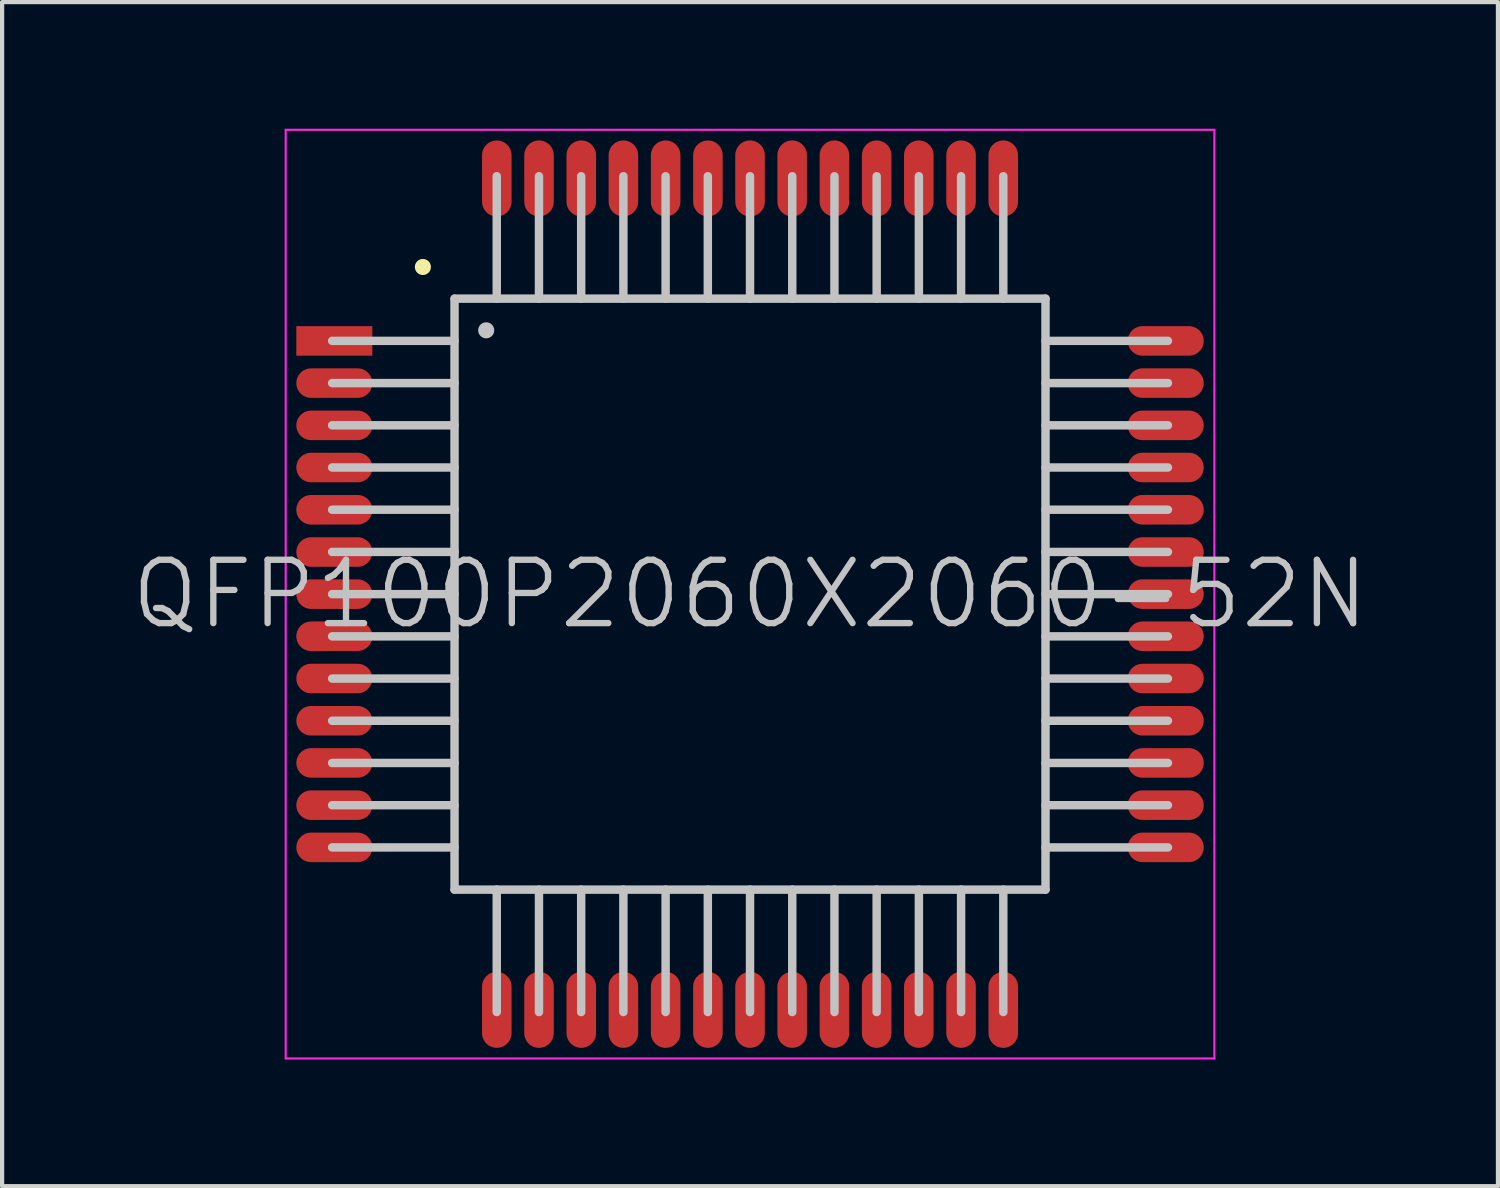
<source format=kicad_pcb>
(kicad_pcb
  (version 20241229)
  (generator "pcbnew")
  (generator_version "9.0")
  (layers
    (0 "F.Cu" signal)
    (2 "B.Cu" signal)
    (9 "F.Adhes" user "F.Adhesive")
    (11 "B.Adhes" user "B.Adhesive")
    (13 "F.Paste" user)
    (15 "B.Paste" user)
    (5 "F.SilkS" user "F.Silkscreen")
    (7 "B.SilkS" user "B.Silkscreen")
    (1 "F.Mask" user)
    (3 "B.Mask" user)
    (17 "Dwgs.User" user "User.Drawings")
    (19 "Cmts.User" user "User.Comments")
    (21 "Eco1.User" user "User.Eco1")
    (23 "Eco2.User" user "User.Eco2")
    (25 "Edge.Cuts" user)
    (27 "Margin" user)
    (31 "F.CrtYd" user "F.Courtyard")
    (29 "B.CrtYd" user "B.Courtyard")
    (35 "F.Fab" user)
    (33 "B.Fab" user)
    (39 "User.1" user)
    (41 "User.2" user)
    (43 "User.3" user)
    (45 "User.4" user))
  (footprint "QFP100P2060X2060-52N"
    (layer "F.Cu")
    (at 14.718 11.025)
    (property "Reference" "QFP100P2060X2060-52N" (at 0 0 0) (layer "Dwgs.User") (effects (font (size 1.5 1.5) (thickness 0.15))))
    (attr smd)
    (fp_line (start -7.75 -7.75) (end -7.75 -7.75) (stroke (width 0.381) (type solid)) (layer "F.SilkS"))
    (fp_line (start -7 -7) (end -7 7) (stroke (width 0.2) (type solid)) (layer "Dwgs.User"))
    (fp_line (start -7 -7) (end 7 -7) (stroke (width 0.2) (type solid)) (layer "Dwgs.User"))
    (fp_line (start -7 -6) (end -9.9 -6) (stroke (width 0.2) (type solid)) (layer "Dwgs.User"))
    (fp_line (start -7 -5) (end -9.9 -5) (stroke (width 0.2) (type solid)) (layer "Dwgs.User"))
    (fp_line (start -7 -4) (end -9.9 -4) (stroke (width 0.2) (type solid)) (layer "Dwgs.User"))
    (fp_line (start -7 -3) (end -9.9 -3) (stroke (width 0.2) (type solid)) (layer "Dwgs.User"))
    (fp_line (start -7 -2) (end -9.9 -2) (stroke (width 0.2) (type solid)) (layer "Dwgs.User"))
    (fp_line (start -7 -1) (end -9.9 -1) (stroke (width 0.2) (type solid)) (layer "Dwgs.User"))
    (fp_line (start -7 0) (end -9.9 0) (stroke (width 0.2) (type solid)) (layer "Dwgs.User"))
    (fp_line (start -7 1) (end -9.9 1) (stroke (width 0.2) (type solid)) (layer "Dwgs.User"))
    (fp_line (start -7 2) (end -9.9 2) (stroke (width 0.2) (type solid)) (layer "Dwgs.User"))
    (fp_line (start -7 3) (end -9.9 3) (stroke (width 0.2) (type solid)) (layer "Dwgs.User"))
    (fp_line (start -7 4) (end -9.9 4) (stroke (width 0.2) (type solid)) (layer "Dwgs.User"))
    (fp_line (start -7 5) (end -9.9 5) (stroke (width 0.2) (type solid)) (layer "Dwgs.User"))
    (fp_line (start -7 6) (end -9.9 6) (stroke (width 0.2) (type solid)) (layer "Dwgs.User"))
    (fp_line (start -7 7) (end 7 7) (stroke (width 0.2) (type solid)) (layer "Dwgs.User"))
    (fp_line (start -6.25 -6.25) (end -6.25 -6.25) (stroke (width 0.381) (type solid)) (layer "Dwgs.User"))
    (fp_line (start -6 -7) (end -6 -9.9) (stroke (width 0.2) (type solid)) (layer "Dwgs.User"))
    (fp_line (start -6 9.9) (end -6 7) (stroke (width 0.2) (type solid)) (layer "Dwgs.User"))
    (fp_line (start -5 -7) (end -5 -9.9) (stroke (width 0.2) (type solid)) (layer "Dwgs.User"))
    (fp_line (start -5 9.9) (end -5 7) (stroke (width 0.2) (type solid)) (layer "Dwgs.User"))
    (fp_line (start -4 -7) (end -4 -9.9) (stroke (width 0.2) (type solid)) (layer "Dwgs.User"))
    (fp_line (start -4 9.9) (end -4 7) (stroke (width 0.2) (type solid)) (layer "Dwgs.User"))
    (fp_line (start -3 -7) (end -3 -9.9) (stroke (width 0.2) (type solid)) (layer "Dwgs.User"))
    (fp_line (start -3 9.9) (end -3 7) (stroke (width 0.2) (type solid)) (layer "Dwgs.User"))
    (fp_line (start -2 -7) (end -2 -9.9) (stroke (width 0.2) (type solid)) (layer "Dwgs.User"))
    (fp_line (start -2 9.9) (end -2 7) (stroke (width 0.2) (type solid)) (layer "Dwgs.User"))
    (fp_line (start -1 -7) (end -1 -9.9) (stroke (width 0.2) (type solid)) (layer "Dwgs.User"))
    (fp_line (start -1 9.9) (end -1 7) (stroke (width 0.2) (type solid)) (layer "Dwgs.User"))
    (fp_line (start 0 -7) (end 0 -9.9) (stroke (width 0.2) (type solid)) (layer "Dwgs.User"))
    (fp_line (start 0 9.9) (end 0 7) (stroke (width 0.2) (type solid)) (layer "Dwgs.User"))
    (fp_line (start 1 -7) (end 1 -9.9) (stroke (width 0.2) (type solid)) (layer "Dwgs.User"))
    (fp_line (start 1 9.9) (end 1 7) (stroke (width 0.2) (type solid)) (layer "Dwgs.User"))
    (fp_line (start 2 -7) (end 2 -9.9) (stroke (width 0.2) (type solid)) (layer "Dwgs.User"))
    (fp_line (start 2 9.9) (end 2 7) (stroke (width 0.2) (type solid)) (layer "Dwgs.User"))
    (fp_line (start 3 -7) (end 3 -9.9) (stroke (width 0.2) (type solid)) (layer "Dwgs.User"))
    (fp_line (start 3 9.9) (end 3 7) (stroke (width 0.2) (type solid)) (layer "Dwgs.User"))
    (fp_line (start 4 -7) (end 4 -9.9) (stroke (width 0.2) (type solid)) (layer "Dwgs.User"))
    (fp_line (start 4 9.9) (end 4 7) (stroke (width 0.2) (type solid)) (layer "Dwgs.User"))
    (fp_line (start 5 -7) (end 5 -9.9) (stroke (width 0.2) (type solid)) (layer "Dwgs.User"))
    (fp_line (start 5 9.9) (end 5 7) (stroke (width 0.2) (type solid)) (layer "Dwgs.User"))
    (fp_line (start 6 -7) (end 6 -9.9) (stroke (width 0.2) (type solid)) (layer "Dwgs.User"))
    (fp_line (start 6 9.9) (end 6 7) (stroke (width 0.2) (type solid)) (layer "Dwgs.User"))
    (fp_line (start 7 -7) (end 7 7) (stroke (width 0.2) (type solid)) (layer "Dwgs.User"))
    (fp_line (start 9.9 -6) (end 7 -6) (stroke (width 0.2) (type solid)) (layer "Dwgs.User"))
    (fp_line (start 9.9 -5) (end 7 -5) (stroke (width 0.2) (type solid)) (layer "Dwgs.User"))
    (fp_line (start 9.9 -4) (end 7 -4) (stroke (width 0.2) (type solid)) (layer "Dwgs.User"))
    (fp_line (start 9.9 -3) (end 7 -3) (stroke (width 0.2) (type solid)) (layer "Dwgs.User"))
    (fp_line (start 9.9 -2) (end 7 -2) (stroke (width 0.2) (type solid)) (layer "Dwgs.User"))
    (fp_line (start 9.9 -1) (end 7 -1) (stroke (width 0.2) (type solid)) (layer "Dwgs.User"))
    (fp_line (start 9.9 0) (end 7 0) (stroke (width 0.2) (type solid)) (layer "Dwgs.User"))
    (fp_line (start 9.9 1) (end 7 1) (stroke (width 0.2) (type solid)) (layer "Dwgs.User"))
    (fp_line (start 9.9 2) (end 7 2) (stroke (width 0.2) (type solid)) (layer "Dwgs.User"))
    (fp_line (start 9.9 3) (end 7 3) (stroke (width 0.2) (type solid)) (layer "Dwgs.User"))
    (fp_line (start 9.9 4) (end 7 4) (stroke (width 0.2) (type solid)) (layer "Dwgs.User"))
    (fp_line (start 9.9 5) (end 7 5) (stroke (width 0.2) (type solid)) (layer "Dwgs.User"))
    (fp_line (start 9.9 6) (end 7 6) (stroke (width 0.2) (type solid)) (layer "Dwgs.User"))
    (fp_line (start -11 -11) (end -11 11) (stroke (width 0.05) (type solid)) (layer "F.CrtYd"))
    (fp_line (start -11 -11) (end 11 -11) (stroke (width 0.05) (type solid)) (layer "F.CrtYd"))
    (fp_line (start -11 11) (end 11 11) (stroke (width 0.05) (type solid)) (layer "F.CrtYd"))
    (fp_line (start 11 -11) (end 11 11) (stroke (width 0.05) (type solid)) (layer "F.CrtYd"))
    (pad "1" smd rect (at -9.848 -5.999 90) (size 0.7 1.8) (layers "F.Cu" "F.Mask" "F.Paste"))
    (pad "2" smd oval (at -9.848 -4.999 90) (size 0.7 1.8) (layers "F.Cu" "F.Mask" "F.Paste"))
    (pad "3" smd oval (at -9.848 -3.998 90) (size 0.7 1.8) (layers "F.Cu" "F.Mask" "F.Paste"))
    (pad "4" smd oval (at -9.848 -3 90) (size 0.7 1.8) (layers "F.Cu" "F.Mask" "F.Paste"))
    (pad "5" smd oval (at -9.848 -1.999 90) (size 0.7 1.8) (layers "F.Cu" "F.Mask" "F.Paste"))
    (pad "6" smd oval (at -9.848 -0.998 90) (size 0.7 1.8) (layers "F.Cu" "F.Mask" "F.Paste"))
    (pad "7" smd oval (at -9.848 0 90) (size 0.7 1.8) (layers "F.Cu" "F.Mask" "F.Paste"))
    (pad "8" smd oval (at -9.848 0.998 90) (size 0.7 1.8) (layers "F.Cu" "F.Mask" "F.Paste"))
    (pad "9" smd oval (at -9.848 1.999 90) (size 0.7 1.8) (layers "F.Cu" "F.Mask" "F.Paste"))
    (pad "10" smd oval (at -9.848 3 90) (size 0.7 1.8) (layers "F.Cu" "F.Mask" "F.Paste"))
    (pad "11" smd oval (at -9.848 3.998 90) (size 0.7 1.8) (layers "F.Cu" "F.Mask" "F.Paste"))
    (pad "12" smd oval (at -9.848 4.999 90) (size 0.7 1.8) (layers "F.Cu" "F.Mask" "F.Paste"))
    (pad "13" smd oval (at -9.848 5.999 90) (size 0.7 1.8) (layers "F.Cu" "F.Mask" "F.Paste"))
    (pad "14" smd oval (at -5.999 9.848 180) (size 0.7 1.8) (layers "F.Cu" "F.Mask" "F.Paste"))
    (pad "15" smd oval (at -4.999 9.848 180) (size 0.7 1.8) (layers "F.Cu" "F.Mask" "F.Paste"))
    (pad "16" smd oval (at -3.998 9.848 180) (size 0.7 1.8) (layers "F.Cu" "F.Mask" "F.Paste"))
    (pad "17" smd oval (at -3 9.848 180) (size 0.7 1.8) (layers "F.Cu" "F.Mask" "F.Paste"))
    (pad "18" smd oval (at -1.999 9.848 180) (size 0.7 1.8) (layers "F.Cu" "F.Mask" "F.Paste"))
    (pad "19" smd oval (at -0.998 9.848 180) (size 0.7 1.8) (layers "F.Cu" "F.Mask" "F.Paste"))
    (pad "20" smd oval (at 0 9.848 180) (size 0.7 1.8) (layers "F.Cu" "F.Mask" "F.Paste"))
    (pad "21" smd oval (at 0.998 9.848 180) (size 0.7 1.8) (layers "F.Cu" "F.Mask" "F.Paste"))
    (pad "22" smd oval (at 1.999 9.848 180) (size 0.7 1.8) (layers "F.Cu" "F.Mask" "F.Paste"))
    (pad "23" smd oval (at 3 9.848 180) (size 0.7 1.8) (layers "F.Cu" "F.Mask" "F.Paste"))
    (pad "24" smd oval (at 3.998 9.848 180) (size 0.7 1.8) (layers "F.Cu" "F.Mask" "F.Paste"))
    (pad "25" smd oval (at 4.999 9.848 180) (size 0.7 1.8) (layers "F.Cu" "F.Mask" "F.Paste"))
    (pad "26" smd oval (at 5.999 9.848 180) (size 0.7 1.8) (layers "F.Cu" "F.Mask" "F.Paste"))
    (pad "27" smd oval (at 9.848 5.999 270) (size 0.7 1.8) (layers "F.Cu" "F.Mask" "F.Paste"))
    (pad "28" smd oval (at 9.848 4.999 270) (size 0.7 1.8) (layers "F.Cu" "F.Mask" "F.Paste"))
    (pad "29" smd oval (at 9.848 3.998 270) (size 0.7 1.8) (layers "F.Cu" "F.Mask" "F.Paste"))
    (pad "30" smd oval (at 9.848 3 270) (size 0.7 1.8) (layers "F.Cu" "F.Mask" "F.Paste"))
    (pad "31" smd oval (at 9.848 1.999 270) (size 0.7 1.8) (layers "F.Cu" "F.Mask" "F.Paste"))
    (pad "32" smd oval (at 9.848 0.998 270) (size 0.7 1.8) (layers "F.Cu" "F.Mask" "F.Paste"))
    (pad "33" smd oval (at 9.848 0 270) (size 0.7 1.8) (layers "F.Cu" "F.Mask" "F.Paste"))
    (pad "34" smd oval (at 9.848 -0.998 270) (size 0.7 1.8) (layers "F.Cu" "F.Mask" "F.Paste"))
    (pad "35" smd oval (at 9.848 -1.999 270) (size 0.7 1.8) (layers "F.Cu" "F.Mask" "F.Paste"))
    (pad "36" smd oval (at 9.848 -3 270) (size 0.7 1.8) (layers "F.Cu" "F.Mask" "F.Paste"))
    (pad "37" smd oval (at 9.848 -3.998 270) (size 0.7 1.8) (layers "F.Cu" "F.Mask" "F.Paste"))
    (pad "38" smd oval (at 9.848 -4.999 270) (size 0.7 1.8) (layers "F.Cu" "F.Mask" "F.Paste"))
    (pad "39" smd oval (at 9.848 -5.999 270) (size 0.7 1.8) (layers "F.Cu" "F.Mask" "F.Paste"))
    (pad "40" smd oval (at 5.999 -9.848) (size 0.7 1.8) (layers "F.Cu" "F.Mask" "F.Paste"))
    (pad "41" smd oval (at 4.999 -9.848) (size 0.7 1.8) (layers "F.Cu" "F.Mask" "F.Paste"))
    (pad "42" smd oval (at 3.998 -9.848) (size 0.7 1.8) (layers "F.Cu" "F.Mask" "F.Paste"))
    (pad "43" smd oval (at 3 -9.848) (size 0.7 1.8) (layers "F.Cu" "F.Mask" "F.Paste"))
    (pad "44" smd oval (at 1.999 -9.848) (size 0.7 1.8) (layers "F.Cu" "F.Mask" "F.Paste"))
    (pad "45" smd oval (at 0.998 -9.848) (size 0.7 1.8) (layers "F.Cu" "F.Mask" "F.Paste"))
    (pad "46" smd oval (at 0 -9.848) (size 0.7 1.8) (layers "F.Cu" "F.Mask" "F.Paste"))
    (pad "47" smd oval (at -0.998 -9.848) (size 0.7 1.8) (layers "F.Cu" "F.Mask" "F.Paste"))
    (pad "48" smd oval (at -1.999 -9.848) (size 0.7 1.8) (layers "F.Cu" "F.Mask" "F.Paste"))
    (pad "49" smd oval (at -3 -9.848) (size 0.7 1.8) (layers "F.Cu" "F.Mask" "F.Paste"))
    (pad "50" smd oval (at -3.998 -9.848) (size 0.7 1.8) (layers "F.Cu" "F.Mask" "F.Paste"))
    (pad "51" smd oval (at -4.999 -9.848) (size 0.7 1.8) (layers "F.Cu" "F.Mask" "F.Paste"))
    (pad "52" smd oval (at -5.999 -9.848) (size 0.7 1.8) (layers "F.Cu" "F.Mask" "F.Paste")))
  (gr_rect
    (start -3 -3)
    (end 32.436 25.05)
    (stroke (width 0.1) (type default))
    (fill no)
    (layer "Edge.Cuts")))
</source>
